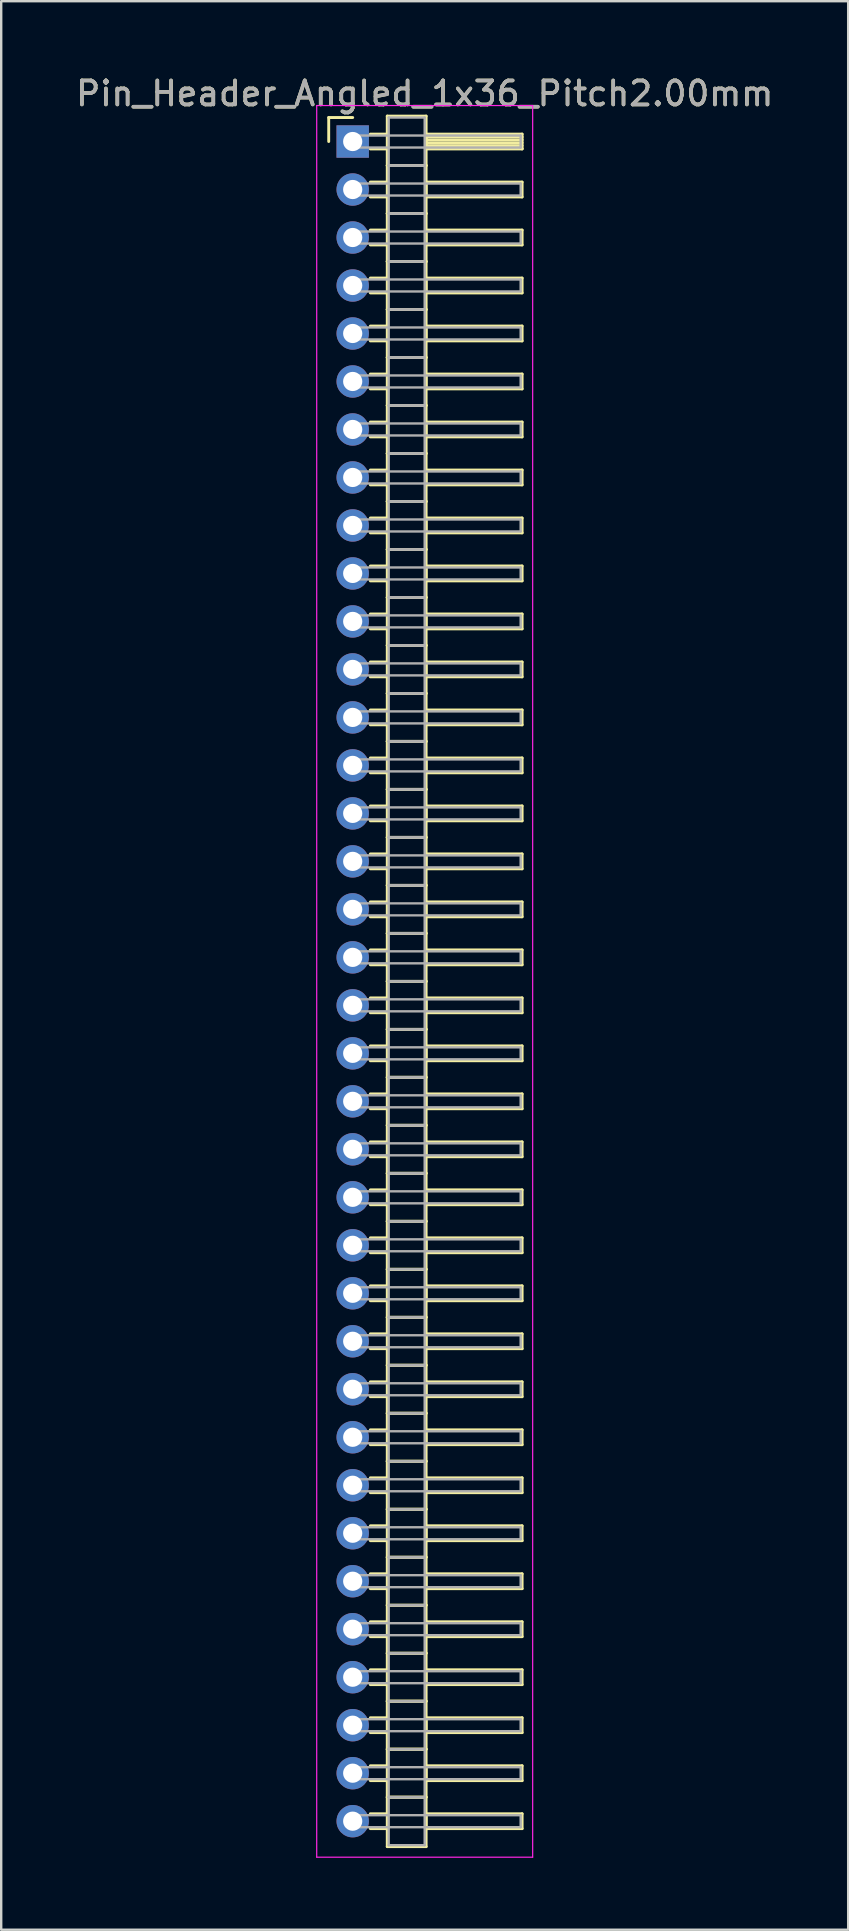
<source format=kicad_pcb>
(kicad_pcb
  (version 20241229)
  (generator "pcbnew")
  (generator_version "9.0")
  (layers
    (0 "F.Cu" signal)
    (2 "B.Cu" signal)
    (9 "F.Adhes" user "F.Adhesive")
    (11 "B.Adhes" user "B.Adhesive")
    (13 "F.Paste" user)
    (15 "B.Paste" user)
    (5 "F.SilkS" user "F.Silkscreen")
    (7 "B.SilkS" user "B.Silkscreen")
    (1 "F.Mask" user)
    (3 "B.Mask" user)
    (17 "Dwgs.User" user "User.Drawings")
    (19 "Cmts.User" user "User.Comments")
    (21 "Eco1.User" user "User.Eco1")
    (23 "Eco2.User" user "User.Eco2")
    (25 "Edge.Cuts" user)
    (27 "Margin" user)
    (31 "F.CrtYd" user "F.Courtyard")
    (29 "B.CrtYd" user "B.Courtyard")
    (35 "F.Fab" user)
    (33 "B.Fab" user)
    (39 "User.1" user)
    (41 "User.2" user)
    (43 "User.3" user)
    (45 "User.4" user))
  (footprint "Pin_Header_Angled_1x36_Pitch2.00mm"
    (layer "F.Cu")
    (at 11.649 2.848)
    (property "Reference" "Pin_Header_Angled_1x36_Pitch2.00mm" (at 3 -2 0) (layer "F.SilkS") (effects (font (size 1 1) (thickness 0.15))))
    (attr through_hole)
    (fp_line (start -1 -1) (end 0 -1) (stroke (width 0.12) (type solid)) (layer "F.SilkS"))
    (fp_line (start -1 0) (end -1 -1) (stroke (width 0.12) (type solid)) (layer "F.SilkS"))
    (fp_line (start 0.735 -0.31) (end 1.44 -0.31) (stroke (width 0.12) (type solid)) (layer "F.SilkS"))
    (fp_line (start 0.735 0.31) (end 1.44 0.31) (stroke (width 0.12) (type solid)) (layer "F.SilkS"))
    (fp_line (start 0.735 1.69) (end 1.44 1.69) (stroke (width 0.12) (type solid)) (layer "F.SilkS"))
    (fp_line (start 0.735 2.31) (end 1.44 2.31) (stroke (width 0.12) (type solid)) (layer "F.SilkS"))
    (fp_line (start 0.735 3.69) (end 1.44 3.69) (stroke (width 0.12) (type solid)) (layer "F.SilkS"))
    (fp_line (start 0.735 4.31) (end 1.44 4.31) (stroke (width 0.12) (type solid)) (layer "F.SilkS"))
    (fp_line (start 0.735 5.69) (end 1.44 5.69) (stroke (width 0.12) (type solid)) (layer "F.SilkS"))
    (fp_line (start 0.735 6.31) (end 1.44 6.31) (stroke (width 0.12) (type solid)) (layer "F.SilkS"))
    (fp_line (start 0.735 7.69) (end 1.44 7.69) (stroke (width 0.12) (type solid)) (layer "F.SilkS"))
    (fp_line (start 0.735 8.31) (end 1.44 8.31) (stroke (width 0.12) (type solid)) (layer "F.SilkS"))
    (fp_line (start 0.735 9.69) (end 1.44 9.69) (stroke (width 0.12) (type solid)) (layer "F.SilkS"))
    (fp_line (start 0.735 10.31) (end 1.44 10.31) (stroke (width 0.12) (type solid)) (layer "F.SilkS"))
    (fp_line (start 0.735 11.69) (end 1.44 11.69) (stroke (width 0.12) (type solid)) (layer "F.SilkS"))
    (fp_line (start 0.735 12.31) (end 1.44 12.31) (stroke (width 0.12) (type solid)) (layer "F.SilkS"))
    (fp_line (start 0.735 13.69) (end 1.44 13.69) (stroke (width 0.12) (type solid)) (layer "F.SilkS"))
    (fp_line (start 0.735 14.31) (end 1.44 14.31) (stroke (width 0.12) (type solid)) (layer "F.SilkS"))
    (fp_line (start 0.735 15.69) (end 1.44 15.69) (stroke (width 0.12) (type solid)) (layer "F.SilkS"))
    (fp_line (start 0.735 16.31) (end 1.44 16.31) (stroke (width 0.12) (type solid)) (layer "F.SilkS"))
    (fp_line (start 0.735 17.69) (end 1.44 17.69) (stroke (width 0.12) (type solid)) (layer "F.SilkS"))
    (fp_line (start 0.735 18.31) (end 1.44 18.31) (stroke (width 0.12) (type solid)) (layer "F.SilkS"))
    (fp_line (start 0.735 19.69) (end 1.44 19.69) (stroke (width 0.12) (type solid)) (layer "F.SilkS"))
    (fp_line (start 0.735 20.31) (end 1.44 20.31) (stroke (width 0.12) (type solid)) (layer "F.SilkS"))
    (fp_line (start 0.735 21.69) (end 1.44 21.69) (stroke (width 0.12) (type solid)) (layer "F.SilkS"))
    (fp_line (start 0.735 22.31) (end 1.44 22.31) (stroke (width 0.12) (type solid)) (layer "F.SilkS"))
    (fp_line (start 0.735 23.69) (end 1.44 23.69) (stroke (width 0.12) (type solid)) (layer "F.SilkS"))
    (fp_line (start 0.735 24.31) (end 1.44 24.31) (stroke (width 0.12) (type solid)) (layer "F.SilkS"))
    (fp_line (start 0.735 25.69) (end 1.44 25.69) (stroke (width 0.12) (type solid)) (layer "F.SilkS"))
    (fp_line (start 0.735 26.31) (end 1.44 26.31) (stroke (width 0.12) (type solid)) (layer "F.SilkS"))
    (fp_line (start 0.735 27.69) (end 1.44 27.69) (stroke (width 0.12) (type solid)) (layer "F.SilkS"))
    (fp_line (start 0.735 28.31) (end 1.44 28.31) (stroke (width 0.12) (type solid)) (layer "F.SilkS"))
    (fp_line (start 0.735 29.69) (end 1.44 29.69) (stroke (width 0.12) (type solid)) (layer "F.SilkS"))
    (fp_line (start 0.735 30.31) (end 1.44 30.31) (stroke (width 0.12) (type solid)) (layer "F.SilkS"))
    (fp_line (start 0.735 31.69) (end 1.44 31.69) (stroke (width 0.12) (type solid)) (layer "F.SilkS"))
    (fp_line (start 0.735 32.31) (end 1.44 32.31) (stroke (width 0.12) (type solid)) (layer "F.SilkS"))
    (fp_line (start 0.735 33.69) (end 1.44 33.69) (stroke (width 0.12) (type solid)) (layer "F.SilkS"))
    (fp_line (start 0.735 34.31) (end 1.44 34.31) (stroke (width 0.12) (type solid)) (layer "F.SilkS"))
    (fp_line (start 0.735 35.69) (end 1.44 35.69) (stroke (width 0.12) (type solid)) (layer "F.SilkS"))
    (fp_line (start 0.735 36.31) (end 1.44 36.31) (stroke (width 0.12) (type solid)) (layer "F.SilkS"))
    (fp_line (start 0.735 37.69) (end 1.44 37.69) (stroke (width 0.12) (type solid)) (layer "F.SilkS"))
    (fp_line (start 0.735 38.31) (end 1.44 38.31) (stroke (width 0.12) (type solid)) (layer "F.SilkS"))
    (fp_line (start 0.735 39.69) (end 1.44 39.69) (stroke (width 0.12) (type solid)) (layer "F.SilkS"))
    (fp_line (start 0.735 40.31) (end 1.44 40.31) (stroke (width 0.12) (type solid)) (layer "F.SilkS"))
    (fp_line (start 0.735 41.69) (end 1.44 41.69) (stroke (width 0.12) (type solid)) (layer "F.SilkS"))
    (fp_line (start 0.735 42.31) (end 1.44 42.31) (stroke (width 0.12) (type solid)) (layer "F.SilkS"))
    (fp_line (start 0.735 43.69) (end 1.44 43.69) (stroke (width 0.12) (type solid)) (layer "F.SilkS"))
    (fp_line (start 0.735 44.31) (end 1.44 44.31) (stroke (width 0.12) (type solid)) (layer "F.SilkS"))
    (fp_line (start 0.735 45.69) (end 1.44 45.69) (stroke (width 0.12) (type solid)) (layer "F.SilkS"))
    (fp_line (start 0.735 46.31) (end 1.44 46.31) (stroke (width 0.12) (type solid)) (layer "F.SilkS"))
    (fp_line (start 0.735 47.69) (end 1.44 47.69) (stroke (width 0.12) (type solid)) (layer "F.SilkS"))
    (fp_line (start 0.735 48.31) (end 1.44 48.31) (stroke (width 0.12) (type solid)) (layer "F.SilkS"))
    (fp_line (start 0.735 49.69) (end 1.44 49.69) (stroke (width 0.12) (type solid)) (layer "F.SilkS"))
    (fp_line (start 0.735 50.31) (end 1.44 50.31) (stroke (width 0.12) (type solid)) (layer "F.SilkS"))
    (fp_line (start 0.735 51.69) (end 1.44 51.69) (stroke (width 0.12) (type solid)) (layer "F.SilkS"))
    (fp_line (start 0.735 52.31) (end 1.44 52.31) (stroke (width 0.12) (type solid)) (layer "F.SilkS"))
    (fp_line (start 0.735 53.69) (end 1.44 53.69) (stroke (width 0.12) (type solid)) (layer "F.SilkS"))
    (fp_line (start 0.735 54.31) (end 1.44 54.31) (stroke (width 0.12) (type solid)) (layer "F.SilkS"))
    (fp_line (start 0.735 55.69) (end 1.44 55.69) (stroke (width 0.12) (type solid)) (layer "F.SilkS"))
    (fp_line (start 0.735 56.31) (end 1.44 56.31) (stroke (width 0.12) (type solid)) (layer "F.SilkS"))
    (fp_line (start 0.735 57.69) (end 1.44 57.69) (stroke (width 0.12) (type solid)) (layer "F.SilkS"))
    (fp_line (start 0.735 58.31) (end 1.44 58.31) (stroke (width 0.12) (type solid)) (layer "F.SilkS"))
    (fp_line (start 0.735 59.69) (end 1.44 59.69) (stroke (width 0.12) (type solid)) (layer "F.SilkS"))
    (fp_line (start 0.735 60.31) (end 1.44 60.31) (stroke (width 0.12) (type solid)) (layer "F.SilkS"))
    (fp_line (start 0.735 61.69) (end 1.44 61.69) (stroke (width 0.12) (type solid)) (layer "F.SilkS"))
    (fp_line (start 0.735 62.31) (end 1.44 62.31) (stroke (width 0.12) (type solid)) (layer "F.SilkS"))
    (fp_line (start 0.735 63.69) (end 1.44 63.69) (stroke (width 0.12) (type solid)) (layer "F.SilkS"))
    (fp_line (start 0.735 64.31) (end 1.44 64.31) (stroke (width 0.12) (type solid)) (layer "F.SilkS"))
    (fp_line (start 0.735 65.69) (end 1.44 65.69) (stroke (width 0.12) (type solid)) (layer "F.SilkS"))
    (fp_line (start 0.735 66.31) (end 1.44 66.31) (stroke (width 0.12) (type solid)) (layer "F.SilkS"))
    (fp_line (start 0.735 67.69) (end 1.44 67.69) (stroke (width 0.12) (type solid)) (layer "F.SilkS"))
    (fp_line (start 0.735 68.31) (end 1.44 68.31) (stroke (width 0.12) (type solid)) (layer "F.SilkS"))
    (fp_line (start 0.735 69.69) (end 1.44 69.69) (stroke (width 0.12) (type solid)) (layer "F.SilkS"))
    (fp_line (start 0.735 70.31) (end 1.44 70.31) (stroke (width 0.12) (type solid)) (layer "F.SilkS"))
    (fp_line (start 1.44 -1.06) (end 1.44 1) (stroke (width 0.12) (type solid)) (layer "F.SilkS"))
    (fp_line (start 1.44 1) (end 1.44 3) (stroke (width 0.12) (type solid)) (layer "F.SilkS"))
    (fp_line (start 1.44 1) (end 3.06 1) (stroke (width 0.12) (type solid)) (layer "F.SilkS"))
    (fp_line (start 1.44 3) (end 1.44 5) (stroke (width 0.12) (type solid)) (layer "F.SilkS"))
    (fp_line (start 1.44 3) (end 3.06 3) (stroke (width 0.12) (type solid)) (layer "F.SilkS"))
    (fp_line (start 1.44 5) (end 1.44 7) (stroke (width 0.12) (type solid)) (layer "F.SilkS"))
    (fp_line (start 1.44 5) (end 3.06 5) (stroke (width 0.12) (type solid)) (layer "F.SilkS"))
    (fp_line (start 1.44 7) (end 1.44 9) (stroke (width 0.12) (type solid)) (layer "F.SilkS"))
    (fp_line (start 1.44 7) (end 3.06 7) (stroke (width 0.12) (type solid)) (layer "F.SilkS"))
    (fp_line (start 1.44 9) (end 1.44 11) (stroke (width 0.12) (type solid)) (layer "F.SilkS"))
    (fp_line (start 1.44 9) (end 3.06 9) (stroke (width 0.12) (type solid)) (layer "F.SilkS"))
    (fp_line (start 1.44 11) (end 1.44 13) (stroke (width 0.12) (type solid)) (layer "F.SilkS"))
    (fp_line (start 1.44 11) (end 3.06 11) (stroke (width 0.12) (type solid)) (layer "F.SilkS"))
    (fp_line (start 1.44 13) (end 1.44 15) (stroke (width 0.12) (type solid)) (layer "F.SilkS"))
    (fp_line (start 1.44 13) (end 3.06 13) (stroke (width 0.12) (type solid)) (layer "F.SilkS"))
    (fp_line (start 1.44 15) (end 1.44 17) (stroke (width 0.12) (type solid)) (layer "F.SilkS"))
    (fp_line (start 1.44 15) (end 3.06 15) (stroke (width 0.12) (type solid)) (layer "F.SilkS"))
    (fp_line (start 1.44 17) (end 1.44 19) (stroke (width 0.12) (type solid)) (layer "F.SilkS"))
    (fp_line (start 1.44 17) (end 3.06 17) (stroke (width 0.12) (type solid)) (layer "F.SilkS"))
    (fp_line (start 1.44 19) (end 1.44 21) (stroke (width 0.12) (type solid)) (layer "F.SilkS"))
    (fp_line (start 1.44 19) (end 3.06 19) (stroke (width 0.12) (type solid)) (layer "F.SilkS"))
    (fp_line (start 1.44 21) (end 1.44 23) (stroke (width 0.12) (type solid)) (layer "F.SilkS"))
    (fp_line (start 1.44 21) (end 3.06 21) (stroke (width 0.12) (type solid)) (layer "F.SilkS"))
    (fp_line (start 1.44 23) (end 1.44 25) (stroke (width 0.12) (type solid)) (layer "F.SilkS"))
    (fp_line (start 1.44 23) (end 3.06 23) (stroke (width 0.12) (type solid)) (layer "F.SilkS"))
    (fp_line (start 1.44 25) (end 1.44 27) (stroke (width 0.12) (type solid)) (layer "F.SilkS"))
    (fp_line (start 1.44 25) (end 3.06 25) (stroke (width 0.12) (type solid)) (layer "F.SilkS"))
    (fp_line (start 1.44 27) (end 1.44 29) (stroke (width 0.12) (type solid)) (layer "F.SilkS"))
    (fp_line (start 1.44 27) (end 3.06 27) (stroke (width 0.12) (type solid)) (layer "F.SilkS"))
    (fp_line (start 1.44 29) (end 1.44 31) (stroke (width 0.12) (type solid)) (layer "F.SilkS"))
    (fp_line (start 1.44 29) (end 3.06 29) (stroke (width 0.12) (type solid)) (layer "F.SilkS"))
    (fp_line (start 1.44 31) (end 1.44 33) (stroke (width 0.12) (type solid)) (layer "F.SilkS"))
    (fp_line (start 1.44 31) (end 3.06 31) (stroke (width 0.12) (type solid)) (layer "F.SilkS"))
    (fp_line (start 1.44 33) (end 1.44 35) (stroke (width 0.12) (type solid)) (layer "F.SilkS"))
    (fp_line (start 1.44 33) (end 3.06 33) (stroke (width 0.12) (type solid)) (layer "F.SilkS"))
    (fp_line (start 1.44 35) (end 1.44 37) (stroke (width 0.12) (type solid)) (layer "F.SilkS"))
    (fp_line (start 1.44 35) (end 3.06 35) (stroke (width 0.12) (type solid)) (layer "F.SilkS"))
    (fp_line (start 1.44 37) (end 1.44 39) (stroke (width 0.12) (type solid)) (layer "F.SilkS"))
    (fp_line (start 1.44 37) (end 3.06 37) (stroke (width 0.12) (type solid)) (layer "F.SilkS"))
    (fp_line (start 1.44 39) (end 1.44 41) (stroke (width 0.12) (type solid)) (layer "F.SilkS"))
    (fp_line (start 1.44 39) (end 3.06 39) (stroke (width 0.12) (type solid)) (layer "F.SilkS"))
    (fp_line (start 1.44 41) (end 1.44 43) (stroke (width 0.12) (type solid)) (layer "F.SilkS"))
    (fp_line (start 1.44 41) (end 3.06 41) (stroke (width 0.12) (type solid)) (layer "F.SilkS"))
    (fp_line (start 1.44 43) (end 1.44 45) (stroke (width 0.12) (type solid)) (layer "F.SilkS"))
    (fp_line (start 1.44 43) (end 3.06 43) (stroke (width 0.12) (type solid)) (layer "F.SilkS"))
    (fp_line (start 1.44 45) (end 1.44 47) (stroke (width 0.12) (type solid)) (layer "F.SilkS"))
    (fp_line (start 1.44 45) (end 3.06 45) (stroke (width 0.12) (type solid)) (layer "F.SilkS"))
    (fp_line (start 1.44 47) (end 1.44 49) (stroke (width 0.12) (type solid)) (layer "F.SilkS"))
    (fp_line (start 1.44 47) (end 3.06 47) (stroke (width 0.12) (type solid)) (layer "F.SilkS"))
    (fp_line (start 1.44 49) (end 1.44 51) (stroke (width 0.12) (type solid)) (layer "F.SilkS"))
    (fp_line (start 1.44 49) (end 3.06 49) (stroke (width 0.12) (type solid)) (layer "F.SilkS"))
    (fp_line (start 1.44 51) (end 1.44 53) (stroke (width 0.12) (type solid)) (layer "F.SilkS"))
    (fp_line (start 1.44 51) (end 3.06 51) (stroke (width 0.12) (type solid)) (layer "F.SilkS"))
    (fp_line (start 1.44 53) (end 1.44 55) (stroke (width 0.12) (type solid)) (layer "F.SilkS"))
    (fp_line (start 1.44 53) (end 3.06 53) (stroke (width 0.12) (type solid)) (layer "F.SilkS"))
    (fp_line (start 1.44 55) (end 1.44 57) (stroke (width 0.12) (type solid)) (layer "F.SilkS"))
    (fp_line (start 1.44 55) (end 3.06 55) (stroke (width 0.12) (type solid)) (layer "F.SilkS"))
    (fp_line (start 1.44 57) (end 1.44 59) (stroke (width 0.12) (type solid)) (layer "F.SilkS"))
    (fp_line (start 1.44 57) (end 3.06 57) (stroke (width 0.12) (type solid)) (layer "F.SilkS"))
    (fp_line (start 1.44 59) (end 1.44 61) (stroke (width 0.12) (type solid)) (layer "F.SilkS"))
    (fp_line (start 1.44 59) (end 3.06 59) (stroke (width 0.12) (type solid)) (layer "F.SilkS"))
    (fp_line (start 1.44 61) (end 1.44 63) (stroke (width 0.12) (type solid)) (layer "F.SilkS"))
    (fp_line (start 1.44 61) (end 3.06 61) (stroke (width 0.12) (type solid)) (layer "F.SilkS"))
    (fp_line (start 1.44 63) (end 1.44 65) (stroke (width 0.12) (type solid)) (layer "F.SilkS"))
    (fp_line (start 1.44 63) (end 3.06 63) (stroke (width 0.12) (type solid)) (layer "F.SilkS"))
    (fp_line (start 1.44 65) (end 1.44 67) (stroke (width 0.12) (type solid)) (layer "F.SilkS"))
    (fp_line (start 1.44 65) (end 3.06 65) (stroke (width 0.12) (type solid)) (layer "F.SilkS"))
    (fp_line (start 1.44 67) (end 1.44 69) (stroke (width 0.12) (type solid)) (layer "F.SilkS"))
    (fp_line (start 1.44 67) (end 3.06 67) (stroke (width 0.12) (type solid)) (layer "F.SilkS"))
    (fp_line (start 1.44 69) (end 1.44 71.06) (stroke (width 0.12) (type solid)) (layer "F.SilkS"))
    (fp_line (start 1.44 69) (end 3.06 69) (stroke (width 0.12) (type solid)) (layer "F.SilkS"))
    (fp_line (start 1.44 71.06) (end 3.06 71.06) (stroke (width 0.12) (type solid)) (layer "F.SilkS"))
    (fp_line (start 3.06 -1.06) (end 1.44 -1.06) (stroke (width 0.12) (type solid)) (layer "F.SilkS"))
    (fp_line (start 3.06 -0.31) (end 3.06 0.31) (stroke (width 0.12) (type solid)) (layer "F.SilkS"))
    (fp_line (start 3.06 -0.19) (end 7.06 -0.19) (stroke (width 0.12) (type solid)) (layer "F.SilkS"))
    (fp_line (start 3.06 -0.07) (end 7.06 -0.07) (stroke (width 0.12) (type solid)) (layer "F.SilkS"))
    (fp_line (start 3.06 0.05) (end 7.06 0.05) (stroke (width 0.12) (type solid)) (layer "F.SilkS"))
    (fp_line (start 3.06 0.17) (end 7.06 0.17) (stroke (width 0.12) (type solid)) (layer "F.SilkS"))
    (fp_line (start 3.06 0.29) (end 7.06 0.29) (stroke (width 0.12) (type solid)) (layer "F.SilkS"))
    (fp_line (start 3.06 0.31) (end 7.06 0.31) (stroke (width 0.12) (type solid)) (layer "F.SilkS"))
    (fp_line (start 3.06 1) (end 1.44 1) (stroke (width 0.12) (type solid)) (layer "F.SilkS"))
    (fp_line (start 3.06 1) (end 3.06 -1.06) (stroke (width 0.12) (type solid)) (layer "F.SilkS"))
    (fp_line (start 3.06 1.69) (end 3.06 2.31) (stroke (width 0.12) (type solid)) (layer "F.SilkS"))
    (fp_line (start 3.06 2.31) (end 7.06 2.31) (stroke (width 0.12) (type solid)) (layer "F.SilkS"))
    (fp_line (start 3.06 3) (end 1.44 3) (stroke (width 0.12) (type solid)) (layer "F.SilkS"))
    (fp_line (start 3.06 3) (end 3.06 1) (stroke (width 0.12) (type solid)) (layer "F.SilkS"))
    (fp_line (start 3.06 3.69) (end 3.06 4.31) (stroke (width 0.12) (type solid)) (layer "F.SilkS"))
    (fp_line (start 3.06 4.31) (end 7.06 4.31) (stroke (width 0.12) (type solid)) (layer "F.SilkS"))
    (fp_line (start 3.06 5) (end 1.44 5) (stroke (width 0.12) (type solid)) (layer "F.SilkS"))
    (fp_line (start 3.06 5) (end 3.06 3) (stroke (width 0.12) (type solid)) (layer "F.SilkS"))
    (fp_line (start 3.06 5.69) (end 3.06 6.31) (stroke (width 0.12) (type solid)) (layer "F.SilkS"))
    (fp_line (start 3.06 6.31) (end 7.06 6.31) (stroke (width 0.12) (type solid)) (layer "F.SilkS"))
    (fp_line (start 3.06 7) (end 1.44 7) (stroke (width 0.12) (type solid)) (layer "F.SilkS"))
    (fp_line (start 3.06 7) (end 3.06 5) (stroke (width 0.12) (type solid)) (layer "F.SilkS"))
    (fp_line (start 3.06 7.69) (end 3.06 8.31) (stroke (width 0.12) (type solid)) (layer "F.SilkS"))
    (fp_line (start 3.06 8.31) (end 7.06 8.31) (stroke (width 0.12) (type solid)) (layer "F.SilkS"))
    (fp_line (start 3.06 9) (end 1.44 9) (stroke (width 0.12) (type solid)) (layer "F.SilkS"))
    (fp_line (start 3.06 9) (end 3.06 7) (stroke (width 0.12) (type solid)) (layer "F.SilkS"))
    (fp_line (start 3.06 9.69) (end 3.06 10.31) (stroke (width 0.12) (type solid)) (layer "F.SilkS"))
    (fp_line (start 3.06 10.31) (end 7.06 10.31) (stroke (width 0.12) (type solid)) (layer "F.SilkS"))
    (fp_line (start 3.06 11) (end 1.44 11) (stroke (width 0.12) (type solid)) (layer "F.SilkS"))
    (fp_line (start 3.06 11) (end 3.06 9) (stroke (width 0.12) (type solid)) (layer "F.SilkS"))
    (fp_line (start 3.06 11.69) (end 3.06 12.31) (stroke (width 0.12) (type solid)) (layer "F.SilkS"))
    (fp_line (start 3.06 12.31) (end 7.06 12.31) (stroke (width 0.12) (type solid)) (layer "F.SilkS"))
    (fp_line (start 3.06 13) (end 1.44 13) (stroke (width 0.12) (type solid)) (layer "F.SilkS"))
    (fp_line (start 3.06 13) (end 3.06 11) (stroke (width 0.12) (type solid)) (layer "F.SilkS"))
    (fp_line (start 3.06 13.69) (end 3.06 14.31) (stroke (width 0.12) (type solid)) (layer "F.SilkS"))
    (fp_line (start 3.06 14.31) (end 7.06 14.31) (stroke (width 0.12) (type solid)) (layer "F.SilkS"))
    (fp_line (start 3.06 15) (end 1.44 15) (stroke (width 0.12) (type solid)) (layer "F.SilkS"))
    (fp_line (start 3.06 15) (end 3.06 13) (stroke (width 0.12) (type solid)) (layer "F.SilkS"))
    (fp_line (start 3.06 15.69) (end 3.06 16.31) (stroke (width 0.12) (type solid)) (layer "F.SilkS"))
    (fp_line (start 3.06 16.31) (end 7.06 16.31) (stroke (width 0.12) (type solid)) (layer "F.SilkS"))
    (fp_line (start 3.06 17) (end 1.44 17) (stroke (width 0.12) (type solid)) (layer "F.SilkS"))
    (fp_line (start 3.06 17) (end 3.06 15) (stroke (width 0.12) (type solid)) (layer "F.SilkS"))
    (fp_line (start 3.06 17.69) (end 3.06 18.31) (stroke (width 0.12) (type solid)) (layer "F.SilkS"))
    (fp_line (start 3.06 18.31) (end 7.06 18.31) (stroke (width 0.12) (type solid)) (layer "F.SilkS"))
    (fp_line (start 3.06 19) (end 1.44 19) (stroke (width 0.12) (type solid)) (layer "F.SilkS"))
    (fp_line (start 3.06 19) (end 3.06 17) (stroke (width 0.12) (type solid)) (layer "F.SilkS"))
    (fp_line (start 3.06 19.69) (end 3.06 20.31) (stroke (width 0.12) (type solid)) (layer "F.SilkS"))
    (fp_line (start 3.06 20.31) (end 7.06 20.31) (stroke (width 0.12) (type solid)) (layer "F.SilkS"))
    (fp_line (start 3.06 21) (end 1.44 21) (stroke (width 0.12) (type solid)) (layer "F.SilkS"))
    (fp_line (start 3.06 21) (end 3.06 19) (stroke (width 0.12) (type solid)) (layer "F.SilkS"))
    (fp_line (start 3.06 21.69) (end 3.06 22.31) (stroke (width 0.12) (type solid)) (layer "F.SilkS"))
    (fp_line (start 3.06 22.31) (end 7.06 22.31) (stroke (width 0.12) (type solid)) (layer "F.SilkS"))
    (fp_line (start 3.06 23) (end 1.44 23) (stroke (width 0.12) (type solid)) (layer "F.SilkS"))
    (fp_line (start 3.06 23) (end 3.06 21) (stroke (width 0.12) (type solid)) (layer "F.SilkS"))
    (fp_line (start 3.06 23.69) (end 3.06 24.31) (stroke (width 0.12) (type solid)) (layer "F.SilkS"))
    (fp_line (start 3.06 24.31) (end 7.06 24.31) (stroke (width 0.12) (type solid)) (layer "F.SilkS"))
    (fp_line (start 3.06 25) (end 1.44 25) (stroke (width 0.12) (type solid)) (layer "F.SilkS"))
    (fp_line (start 3.06 25) (end 3.06 23) (stroke (width 0.12) (type solid)) (layer "F.SilkS"))
    (fp_line (start 3.06 25.69) (end 3.06 26.31) (stroke (width 0.12) (type solid)) (layer "F.SilkS"))
    (fp_line (start 3.06 26.31) (end 7.06 26.31) (stroke (width 0.12) (type solid)) (layer "F.SilkS"))
    (fp_line (start 3.06 27) (end 1.44 27) (stroke (width 0.12) (type solid)) (layer "F.SilkS"))
    (fp_line (start 3.06 27) (end 3.06 25) (stroke (width 0.12) (type solid)) (layer "F.SilkS"))
    (fp_line (start 3.06 27.69) (end 3.06 28.31) (stroke (width 0.12) (type solid)) (layer "F.SilkS"))
    (fp_line (start 3.06 28.31) (end 7.06 28.31) (stroke (width 0.12) (type solid)) (layer "F.SilkS"))
    (fp_line (start 3.06 29) (end 1.44 29) (stroke (width 0.12) (type solid)) (layer "F.SilkS"))
    (fp_line (start 3.06 29) (end 3.06 27) (stroke (width 0.12) (type solid)) (layer "F.SilkS"))
    (fp_line (start 3.06 29.69) (end 3.06 30.31) (stroke (width 0.12) (type solid)) (layer "F.SilkS"))
    (fp_line (start 3.06 30.31) (end 7.06 30.31) (stroke (width 0.12) (type solid)) (layer "F.SilkS"))
    (fp_line (start 3.06 31) (end 1.44 31) (stroke (width 0.12) (type solid)) (layer "F.SilkS"))
    (fp_line (start 3.06 31) (end 3.06 29) (stroke (width 0.12) (type solid)) (layer "F.SilkS"))
    (fp_line (start 3.06 31.69) (end 3.06 32.31) (stroke (width 0.12) (type solid)) (layer "F.SilkS"))
    (fp_line (start 3.06 32.31) (end 7.06 32.31) (stroke (width 0.12) (type solid)) (layer "F.SilkS"))
    (fp_line (start 3.06 33) (end 1.44 33) (stroke (width 0.12) (type solid)) (layer "F.SilkS"))
    (fp_line (start 3.06 33) (end 3.06 31) (stroke (width 0.12) (type solid)) (layer "F.SilkS"))
    (fp_line (start 3.06 33.69) (end 3.06 34.31) (stroke (width 0.12) (type solid)) (layer "F.SilkS"))
    (fp_line (start 3.06 34.31) (end 7.06 34.31) (stroke (width 0.12) (type solid)) (layer "F.SilkS"))
    (fp_line (start 3.06 35) (end 1.44 35) (stroke (width 0.12) (type solid)) (layer "F.SilkS"))
    (fp_line (start 3.06 35) (end 3.06 33) (stroke (width 0.12) (type solid)) (layer "F.SilkS"))
    (fp_line (start 3.06 35.69) (end 3.06 36.31) (stroke (width 0.12) (type solid)) (layer "F.SilkS"))
    (fp_line (start 3.06 36.31) (end 7.06 36.31) (stroke (width 0.12) (type solid)) (layer "F.SilkS"))
    (fp_line (start 3.06 37) (end 1.44 37) (stroke (width 0.12) (type solid)) (layer "F.SilkS"))
    (fp_line (start 3.06 37) (end 3.06 35) (stroke (width 0.12) (type solid)) (layer "F.SilkS"))
    (fp_line (start 3.06 37.69) (end 3.06 38.31) (stroke (width 0.12) (type solid)) (layer "F.SilkS"))
    (fp_line (start 3.06 38.31) (end 7.06 38.31) (stroke (width 0.12) (type solid)) (layer "F.SilkS"))
    (fp_line (start 3.06 39) (end 1.44 39) (stroke (width 0.12) (type solid)) (layer "F.SilkS"))
    (fp_line (start 3.06 39) (end 3.06 37) (stroke (width 0.12) (type solid)) (layer "F.SilkS"))
    (fp_line (start 3.06 39.69) (end 3.06 40.31) (stroke (width 0.12) (type solid)) (layer "F.SilkS"))
    (fp_line (start 3.06 40.31) (end 7.06 40.31) (stroke (width 0.12) (type solid)) (layer "F.SilkS"))
    (fp_line (start 3.06 41) (end 1.44 41) (stroke (width 0.12) (type solid)) (layer "F.SilkS"))
    (fp_line (start 3.06 41) (end 3.06 39) (stroke (width 0.12) (type solid)) (layer "F.SilkS"))
    (fp_line (start 3.06 41.69) (end 3.06 42.31) (stroke (width 0.12) (type solid)) (layer "F.SilkS"))
    (fp_line (start 3.06 42.31) (end 7.06 42.31) (stroke (width 0.12) (type solid)) (layer "F.SilkS"))
    (fp_line (start 3.06 43) (end 1.44 43) (stroke (width 0.12) (type solid)) (layer "F.SilkS"))
    (fp_line (start 3.06 43) (end 3.06 41) (stroke (width 0.12) (type solid)) (layer "F.SilkS"))
    (fp_line (start 3.06 43.69) (end 3.06 44.31) (stroke (width 0.12) (type solid)) (layer "F.SilkS"))
    (fp_line (start 3.06 44.31) (end 7.06 44.31) (stroke (width 0.12) (type solid)) (layer "F.SilkS"))
    (fp_line (start 3.06 45) (end 1.44 45) (stroke (width 0.12) (type solid)) (layer "F.SilkS"))
    (fp_line (start 3.06 45) (end 3.06 43) (stroke (width 0.12) (type solid)) (layer "F.SilkS"))
    (fp_line (start 3.06 45.69) (end 3.06 46.31) (stroke (width 0.12) (type solid)) (layer "F.SilkS"))
    (fp_line (start 3.06 46.31) (end 7.06 46.31) (stroke (width 0.12) (type solid)) (layer "F.SilkS"))
    (fp_line (start 3.06 47) (end 1.44 47) (stroke (width 0.12) (type solid)) (layer "F.SilkS"))
    (fp_line (start 3.06 47) (end 3.06 45) (stroke (width 0.12) (type solid)) (layer "F.SilkS"))
    (fp_line (start 3.06 47.69) (end 3.06 48.31) (stroke (width 0.12) (type solid)) (layer "F.SilkS"))
    (fp_line (start 3.06 48.31) (end 7.06 48.31) (stroke (width 0.12) (type solid)) (layer "F.SilkS"))
    (fp_line (start 3.06 49) (end 1.44 49) (stroke (width 0.12) (type solid)) (layer "F.SilkS"))
    (fp_line (start 3.06 49) (end 3.06 47) (stroke (width 0.12) (type solid)) (layer "F.SilkS"))
    (fp_line (start 3.06 49.69) (end 3.06 50.31) (stroke (width 0.12) (type solid)) (layer "F.SilkS"))
    (fp_line (start 3.06 50.31) (end 7.06 50.31) (stroke (width 0.12) (type solid)) (layer "F.SilkS"))
    (fp_line (start 3.06 51) (end 1.44 51) (stroke (width 0.12) (type solid)) (layer "F.SilkS"))
    (fp_line (start 3.06 51) (end 3.06 49) (stroke (width 0.12) (type solid)) (layer "F.SilkS"))
    (fp_line (start 3.06 51.69) (end 3.06 52.31) (stroke (width 0.12) (type solid)) (layer "F.SilkS"))
    (fp_line (start 3.06 52.31) (end 7.06 52.31) (stroke (width 0.12) (type solid)) (layer "F.SilkS"))
    (fp_line (start 3.06 53) (end 1.44 53) (stroke (width 0.12) (type solid)) (layer "F.SilkS"))
    (fp_line (start 3.06 53) (end 3.06 51) (stroke (width 0.12) (type solid)) (layer "F.SilkS"))
    (fp_line (start 3.06 53.69) (end 3.06 54.31) (stroke (width 0.12) (type solid)) (layer "F.SilkS"))
    (fp_line (start 3.06 54.31) (end 7.06 54.31) (stroke (width 0.12) (type solid)) (layer "F.SilkS"))
    (fp_line (start 3.06 55) (end 1.44 55) (stroke (width 0.12) (type solid)) (layer "F.SilkS"))
    (fp_line (start 3.06 55) (end 3.06 53) (stroke (width 0.12) (type solid)) (layer "F.SilkS"))
    (fp_line (start 3.06 55.69) (end 3.06 56.31) (stroke (width 0.12) (type solid)) (layer "F.SilkS"))
    (fp_line (start 3.06 56.31) (end 7.06 56.31) (stroke (width 0.12) (type solid)) (layer "F.SilkS"))
    (fp_line (start 3.06 57) (end 1.44 57) (stroke (width 0.12) (type solid)) (layer "F.SilkS"))
    (fp_line (start 3.06 57) (end 3.06 55) (stroke (width 0.12) (type solid)) (layer "F.SilkS"))
    (fp_line (start 3.06 57.69) (end 3.06 58.31) (stroke (width 0.12) (type solid)) (layer "F.SilkS"))
    (fp_line (start 3.06 58.31) (end 7.06 58.31) (stroke (width 0.12) (type solid)) (layer "F.SilkS"))
    (fp_line (start 3.06 59) (end 1.44 59) (stroke (width 0.12) (type solid)) (layer "F.SilkS"))
    (fp_line (start 3.06 59) (end 3.06 57) (stroke (width 0.12) (type solid)) (layer "F.SilkS"))
    (fp_line (start 3.06 59.69) (end 3.06 60.31) (stroke (width 0.12) (type solid)) (layer "F.SilkS"))
    (fp_line (start 3.06 60.31) (end 7.06 60.31) (stroke (width 0.12) (type solid)) (layer "F.SilkS"))
    (fp_line (start 3.06 61) (end 1.44 61) (stroke (width 0.12) (type solid)) (layer "F.SilkS"))
    (fp_line (start 3.06 61) (end 3.06 59) (stroke (width 0.12) (type solid)) (layer "F.SilkS"))
    (fp_line (start 3.06 61.69) (end 3.06 62.31) (stroke (width 0.12) (type solid)) (layer "F.SilkS"))
    (fp_line (start 3.06 62.31) (end 7.06 62.31) (stroke (width 0.12) (type solid)) (layer "F.SilkS"))
    (fp_line (start 3.06 63) (end 1.44 63) (stroke (width 0.12) (type solid)) (layer "F.SilkS"))
    (fp_line (start 3.06 63) (end 3.06 61) (stroke (width 0.12) (type solid)) (layer "F.SilkS"))
    (fp_line (start 3.06 63.69) (end 3.06 64.31) (stroke (width 0.12) (type solid)) (layer "F.SilkS"))
    (fp_line (start 3.06 64.31) (end 7.06 64.31) (stroke (width 0.12) (type solid)) (layer "F.SilkS"))
    (fp_line (start 3.06 65) (end 1.44 65) (stroke (width 0.12) (type solid)) (layer "F.SilkS"))
    (fp_line (start 3.06 65) (end 3.06 63) (stroke (width 0.12) (type solid)) (layer "F.SilkS"))
    (fp_line (start 3.06 65.69) (end 3.06 66.31) (stroke (width 0.12) (type solid)) (layer "F.SilkS"))
    (fp_line (start 3.06 66.31) (end 7.06 66.31) (stroke (width 0.12) (type solid)) (layer "F.SilkS"))
    (fp_line (start 3.06 67) (end 1.44 67) (stroke (width 0.12) (type solid)) (layer "F.SilkS"))
    (fp_line (start 3.06 67) (end 3.06 65) (stroke (width 0.12) (type solid)) (layer "F.SilkS"))
    (fp_line (start 3.06 67.69) (end 3.06 68.31) (stroke (width 0.12) (type solid)) (layer "F.SilkS"))
    (fp_line (start 3.06 68.31) (end 7.06 68.31) (stroke (width 0.12) (type solid)) (layer "F.SilkS"))
    (fp_line (start 3.06 69) (end 1.44 69) (stroke (width 0.12) (type solid)) (layer "F.SilkS"))
    (fp_line (start 3.06 69) (end 3.06 67) (stroke (width 0.12) (type solid)) (layer "F.SilkS"))
    (fp_line (start 3.06 69.69) (end 3.06 70.31) (stroke (width 0.12) (type solid)) (layer "F.SilkS"))
    (fp_line (start 3.06 70.31) (end 7.06 70.31) (stroke (width 0.12) (type solid)) (layer "F.SilkS"))
    (fp_line (start 3.06 71.06) (end 3.06 69) (stroke (width 0.12) (type solid)) (layer "F.SilkS"))
    (fp_line (start 7.06 -0.31) (end 3.06 -0.31) (stroke (width 0.12) (type solid)) (layer "F.SilkS"))
    (fp_line (start 7.06 0.31) (end 7.06 -0.31) (stroke (width 0.12) (type solid)) (layer "F.SilkS"))
    (fp_line (start 7.06 1.69) (end 3.06 1.69) (stroke (width 0.12) (type solid)) (layer "F.SilkS"))
    (fp_line (start 7.06 2.31) (end 7.06 1.69) (stroke (width 0.12) (type solid)) (layer "F.SilkS"))
    (fp_line (start 7.06 3.69) (end 3.06 3.69) (stroke (width 0.12) (type solid)) (layer "F.SilkS"))
    (fp_line (start 7.06 4.31) (end 7.06 3.69) (stroke (width 0.12) (type solid)) (layer "F.SilkS"))
    (fp_line (start 7.06 5.69) (end 3.06 5.69) (stroke (width 0.12) (type solid)) (layer "F.SilkS"))
    (fp_line (start 7.06 6.31) (end 7.06 5.69) (stroke (width 0.12) (type solid)) (layer "F.SilkS"))
    (fp_line (start 7.06 7.69) (end 3.06 7.69) (stroke (width 0.12) (type solid)) (layer "F.SilkS"))
    (fp_line (start 7.06 8.31) (end 7.06 7.69) (stroke (width 0.12) (type solid)) (layer "F.SilkS"))
    (fp_line (start 7.06 9.69) (end 3.06 9.69) (stroke (width 0.12) (type solid)) (layer "F.SilkS"))
    (fp_line (start 7.06 10.31) (end 7.06 9.69) (stroke (width 0.12) (type solid)) (layer "F.SilkS"))
    (fp_line (start 7.06 11.69) (end 3.06 11.69) (stroke (width 0.12) (type solid)) (layer "F.SilkS"))
    (fp_line (start 7.06 12.31) (end 7.06 11.69) (stroke (width 0.12) (type solid)) (layer "F.SilkS"))
    (fp_line (start 7.06 13.69) (end 3.06 13.69) (stroke (width 0.12) (type solid)) (layer "F.SilkS"))
    (fp_line (start 7.06 14.31) (end 7.06 13.69) (stroke (width 0.12) (type solid)) (layer "F.SilkS"))
    (fp_line (start 7.06 15.69) (end 3.06 15.69) (stroke (width 0.12) (type solid)) (layer "F.SilkS"))
    (fp_line (start 7.06 16.31) (end 7.06 15.69) (stroke (width 0.12) (type solid)) (layer "F.SilkS"))
    (fp_line (start 7.06 17.69) (end 3.06 17.69) (stroke (width 0.12) (type solid)) (layer "F.SilkS"))
    (fp_line (start 7.06 18.31) (end 7.06 17.69) (stroke (width 0.12) (type solid)) (layer "F.SilkS"))
    (fp_line (start 7.06 19.69) (end 3.06 19.69) (stroke (width 0.12) (type solid)) (layer "F.SilkS"))
    (fp_line (start 7.06 20.31) (end 7.06 19.69) (stroke (width 0.12) (type solid)) (layer "F.SilkS"))
    (fp_line (start 7.06 21.69) (end 3.06 21.69) (stroke (width 0.12) (type solid)) (layer "F.SilkS"))
    (fp_line (start 7.06 22.31) (end 7.06 21.69) (stroke (width 0.12) (type solid)) (layer "F.SilkS"))
    (fp_line (start 7.06 23.69) (end 3.06 23.69) (stroke (width 0.12) (type solid)) (layer "F.SilkS"))
    (fp_line (start 7.06 24.31) (end 7.06 23.69) (stroke (width 0.12) (type solid)) (layer "F.SilkS"))
    (fp_line (start 7.06 25.69) (end 3.06 25.69) (stroke (width 0.12) (type solid)) (layer "F.SilkS"))
    (fp_line (start 7.06 26.31) (end 7.06 25.69) (stroke (width 0.12) (type solid)) (layer "F.SilkS"))
    (fp_line (start 7.06 27.69) (end 3.06 27.69) (stroke (width 0.12) (type solid)) (layer "F.SilkS"))
    (fp_line (start 7.06 28.31) (end 7.06 27.69) (stroke (width 0.12) (type solid)) (layer "F.SilkS"))
    (fp_line (start 7.06 29.69) (end 3.06 29.69) (stroke (width 0.12) (type solid)) (layer "F.SilkS"))
    (fp_line (start 7.06 30.31) (end 7.06 29.69) (stroke (width 0.12) (type solid)) (layer "F.SilkS"))
    (fp_line (start 7.06 31.69) (end 3.06 31.69) (stroke (width 0.12) (type solid)) (layer "F.SilkS"))
    (fp_line (start 7.06 32.31) (end 7.06 31.69) (stroke (width 0.12) (type solid)) (layer "F.SilkS"))
    (fp_line (start 7.06 33.69) (end 3.06 33.69) (stroke (width 0.12) (type solid)) (layer "F.SilkS"))
    (fp_line (start 7.06 34.31) (end 7.06 33.69) (stroke (width 0.12) (type solid)) (layer "F.SilkS"))
    (fp_line (start 7.06 35.69) (end 3.06 35.69) (stroke (width 0.12) (type solid)) (layer "F.SilkS"))
    (fp_line (start 7.06 36.31) (end 7.06 35.69) (stroke (width 0.12) (type solid)) (layer "F.SilkS"))
    (fp_line (start 7.06 37.69) (end 3.06 37.69) (stroke (width 0.12) (type solid)) (layer "F.SilkS"))
    (fp_line (start 7.06 38.31) (end 7.06 37.69) (stroke (width 0.12) (type solid)) (layer "F.SilkS"))
    (fp_line (start 7.06 39.69) (end 3.06 39.69) (stroke (width 0.12) (type solid)) (layer "F.SilkS"))
    (fp_line (start 7.06 40.31) (end 7.06 39.69) (stroke (width 0.12) (type solid)) (layer "F.SilkS"))
    (fp_line (start 7.06 41.69) (end 3.06 41.69) (stroke (width 0.12) (type solid)) (layer "F.SilkS"))
    (fp_line (start 7.06 42.31) (end 7.06 41.69) (stroke (width 0.12) (type solid)) (layer "F.SilkS"))
    (fp_line (start 7.06 43.69) (end 3.06 43.69) (stroke (width 0.12) (type solid)) (layer "F.SilkS"))
    (fp_line (start 7.06 44.31) (end 7.06 43.69) (stroke (width 0.12) (type solid)) (layer "F.SilkS"))
    (fp_line (start 7.06 45.69) (end 3.06 45.69) (stroke (width 0.12) (type solid)) (layer "F.SilkS"))
    (fp_line (start 7.06 46.31) (end 7.06 45.69) (stroke (width 0.12) (type solid)) (layer "F.SilkS"))
    (fp_line (start 7.06 47.69) (end 3.06 47.69) (stroke (width 0.12) (type solid)) (layer "F.SilkS"))
    (fp_line (start 7.06 48.31) (end 7.06 47.69) (stroke (width 0.12) (type solid)) (layer "F.SilkS"))
    (fp_line (start 7.06 49.69) (end 3.06 49.69) (stroke (width 0.12) (type solid)) (layer "F.SilkS"))
    (fp_line (start 7.06 50.31) (end 7.06 49.69) (stroke (width 0.12) (type solid)) (layer "F.SilkS"))
    (fp_line (start 7.06 51.69) (end 3.06 51.69) (stroke (width 0.12) (type solid)) (layer "F.SilkS"))
    (fp_line (start 7.06 52.31) (end 7.06 51.69) (stroke (width 0.12) (type solid)) (layer "F.SilkS"))
    (fp_line (start 7.06 53.69) (end 3.06 53.69) (stroke (width 0.12) (type solid)) (layer "F.SilkS"))
    (fp_line (start 7.06 54.31) (end 7.06 53.69) (stroke (width 0.12) (type solid)) (layer "F.SilkS"))
    (fp_line (start 7.06 55.69) (end 3.06 55.69) (stroke (width 0.12) (type solid)) (layer "F.SilkS"))
    (fp_line (start 7.06 56.31) (end 7.06 55.69) (stroke (width 0.12) (type solid)) (layer "F.SilkS"))
    (fp_line (start 7.06 57.69) (end 3.06 57.69) (stroke (width 0.12) (type solid)) (layer "F.SilkS"))
    (fp_line (start 7.06 58.31) (end 7.06 57.69) (stroke (width 0.12) (type solid)) (layer "F.SilkS"))
    (fp_line (start 7.06 59.69) (end 3.06 59.69) (stroke (width 0.12) (type solid)) (layer "F.SilkS"))
    (fp_line (start 7.06 60.31) (end 7.06 59.69) (stroke (width 0.12) (type solid)) (layer "F.SilkS"))
    (fp_line (start 7.06 61.69) (end 3.06 61.69) (stroke (width 0.12) (type solid)) (layer "F.SilkS"))
    (fp_line (start 7.06 62.31) (end 7.06 61.69) (stroke (width 0.12) (type solid)) (layer "F.SilkS"))
    (fp_line (start 7.06 63.69) (end 3.06 63.69) (stroke (width 0.12) (type solid)) (layer "F.SilkS"))
    (fp_line (start 7.06 64.31) (end 7.06 63.69) (stroke (width 0.12) (type solid)) (layer "F.SilkS"))
    (fp_line (start 7.06 65.69) (end 3.06 65.69) (stroke (width 0.12) (type solid)) (layer "F.SilkS"))
    (fp_line (start 7.06 66.31) (end 7.06 65.69) (stroke (width 0.12) (type solid)) (layer "F.SilkS"))
    (fp_line (start 7.06 67.69) (end 3.06 67.69) (stroke (width 0.12) (type solid)) (layer "F.SilkS"))
    (fp_line (start 7.06 68.31) (end 7.06 67.69) (stroke (width 0.12) (type solid)) (layer "F.SilkS"))
    (fp_line (start 7.06 69.69) (end 3.06 69.69) (stroke (width 0.12) (type solid)) (layer "F.SilkS"))
    (fp_line (start 7.06 70.31) (end 7.06 69.69) (stroke (width 0.12) (type solid)) (layer "F.SilkS"))
    (fp_line (start -1.5 -1.5) (end -1.5 71.5) (stroke (width 0.05) (type solid)) (layer "F.CrtYd"))
    (fp_line (start -1.5 71.5) (end 7.5 71.5) (stroke (width 0.05) (type solid)) (layer "F.CrtYd"))
    (fp_line (start 7.5 -1.5) (end -1.5 -1.5) (stroke (width 0.05) (type solid)) (layer "F.CrtYd"))
    (fp_line (start 7.5 71.5) (end 7.5 -1.5) (stroke (width 0.05) (type solid)) (layer "F.CrtYd"))
    (fp_line (start 0 -0.25) (end 0 0.25) (stroke (width 0.1) (type solid)) (layer "F.Fab"))
    (fp_line (start 0 0.25) (end 7 0.25) (stroke (width 0.1) (type solid)) (layer "F.Fab"))
    (fp_line (start 0 1.75) (end 0 2.25) (stroke (width 0.1) (type solid)) (layer "F.Fab"))
    (fp_line (start 0 2.25) (end 7 2.25) (stroke (width 0.1) (type solid)) (layer "F.Fab"))
    (fp_line (start 0 3.75) (end 0 4.25) (stroke (width 0.1) (type solid)) (layer "F.Fab"))
    (fp_line (start 0 4.25) (end 7 4.25) (stroke (width 0.1) (type solid)) (layer "F.Fab"))
    (fp_line (start 0 5.75) (end 0 6.25) (stroke (width 0.1) (type solid)) (layer "F.Fab"))
    (fp_line (start 0 6.25) (end 7 6.25) (stroke (width 0.1) (type solid)) (layer "F.Fab"))
    (fp_line (start 0 7.75) (end 0 8.25) (stroke (width 0.1) (type solid)) (layer "F.Fab"))
    (fp_line (start 0 8.25) (end 7 8.25) (stroke (width 0.1) (type solid)) (layer "F.Fab"))
    (fp_line (start 0 9.75) (end 0 10.25) (stroke (width 0.1) (type solid)) (layer "F.Fab"))
    (fp_line (start 0 10.25) (end 7 10.25) (stroke (width 0.1) (type solid)) (layer "F.Fab"))
    (fp_line (start 0 11.75) (end 0 12.25) (stroke (width 0.1) (type solid)) (layer "F.Fab"))
    (fp_line (start 0 12.25) (end 7 12.25) (stroke (width 0.1) (type solid)) (layer "F.Fab"))
    (fp_line (start 0 13.75) (end 0 14.25) (stroke (width 0.1) (type solid)) (layer "F.Fab"))
    (fp_line (start 0 14.25) (end 7 14.25) (stroke (width 0.1) (type solid)) (layer "F.Fab"))
    (fp_line (start 0 15.75) (end 0 16.25) (stroke (width 0.1) (type solid)) (layer "F.Fab"))
    (fp_line (start 0 16.25) (end 7 16.25) (stroke (width 0.1) (type solid)) (layer "F.Fab"))
    (fp_line (start 0 17.75) (end 0 18.25) (stroke (width 0.1) (type solid)) (layer "F.Fab"))
    (fp_line (start 0 18.25) (end 7 18.25) (stroke (width 0.1) (type solid)) (layer "F.Fab"))
    (fp_line (start 0 19.75) (end 0 20.25) (stroke (width 0.1) (type solid)) (layer "F.Fab"))
    (fp_line (start 0 20.25) (end 7 20.25) (stroke (width 0.1) (type solid)) (layer "F.Fab"))
    (fp_line (start 0 21.75) (end 0 22.25) (stroke (width 0.1) (type solid)) (layer "F.Fab"))
    (fp_line (start 0 22.25) (end 7 22.25) (stroke (width 0.1) (type solid)) (layer "F.Fab"))
    (fp_line (start 0 23.75) (end 0 24.25) (stroke (width 0.1) (type solid)) (layer "F.Fab"))
    (fp_line (start 0 24.25) (end 7 24.25) (stroke (width 0.1) (type solid)) (layer "F.Fab"))
    (fp_line (start 0 25.75) (end 0 26.25) (stroke (width 0.1) (type solid)) (layer "F.Fab"))
    (fp_line (start 0 26.25) (end 7 26.25) (stroke (width 0.1) (type solid)) (layer "F.Fab"))
    (fp_line (start 0 27.75) (end 0 28.25) (stroke (width 0.1) (type solid)) (layer "F.Fab"))
    (fp_line (start 0 28.25) (end 7 28.25) (stroke (width 0.1) (type solid)) (layer "F.Fab"))
    (fp_line (start 0 29.75) (end 0 30.25) (stroke (width 0.1) (type solid)) (layer "F.Fab"))
    (fp_line (start 0 30.25) (end 7 30.25) (stroke (width 0.1) (type solid)) (layer "F.Fab"))
    (fp_line (start 0 31.75) (end 0 32.25) (stroke (width 0.1) (type solid)) (layer "F.Fab"))
    (fp_line (start 0 32.25) (end 7 32.25) (stroke (width 0.1) (type solid)) (layer "F.Fab"))
    (fp_line (start 0 33.75) (end 0 34.25) (stroke (width 0.1) (type solid)) (layer "F.Fab"))
    (fp_line (start 0 34.25) (end 7 34.25) (stroke (width 0.1) (type solid)) (layer "F.Fab"))
    (fp_line (start 0 35.75) (end 0 36.25) (stroke (width 0.1) (type solid)) (layer "F.Fab"))
    (fp_line (start 0 36.25) (end 7 36.25) (stroke (width 0.1) (type solid)) (layer "F.Fab"))
    (fp_line (start 0 37.75) (end 0 38.25) (stroke (width 0.1) (type solid)) (layer "F.Fab"))
    (fp_line (start 0 38.25) (end 7 38.25) (stroke (width 0.1) (type solid)) (layer "F.Fab"))
    (fp_line (start 0 39.75) (end 0 40.25) (stroke (width 0.1) (type solid)) (layer "F.Fab"))
    (fp_line (start 0 40.25) (end 7 40.25) (stroke (width 0.1) (type solid)) (layer "F.Fab"))
    (fp_line (start 0 41.75) (end 0 42.25) (stroke (width 0.1) (type solid)) (layer "F.Fab"))
    (fp_line (start 0 42.25) (end 7 42.25) (stroke (width 0.1) (type solid)) (layer "F.Fab"))
    (fp_line (start 0 43.75) (end 0 44.25) (stroke (width 0.1) (type solid)) (layer "F.Fab"))
    (fp_line (start 0 44.25) (end 7 44.25) (stroke (width 0.1) (type solid)) (layer "F.Fab"))
    (fp_line (start 0 45.75) (end 0 46.25) (stroke (width 0.1) (type solid)) (layer "F.Fab"))
    (fp_line (start 0 46.25) (end 7 46.25) (stroke (width 0.1) (type solid)) (layer "F.Fab"))
    (fp_line (start 0 47.75) (end 0 48.25) (stroke (width 0.1) (type solid)) (layer "F.Fab"))
    (fp_line (start 0 48.25) (end 7 48.25) (stroke (width 0.1) (type solid)) (layer "F.Fab"))
    (fp_line (start 0 49.75) (end 0 50.25) (stroke (width 0.1) (type solid)) (layer "F.Fab"))
    (fp_line (start 0 50.25) (end 7 50.25) (stroke (width 0.1) (type solid)) (layer "F.Fab"))
    (fp_line (start 0 51.75) (end 0 52.25) (stroke (width 0.1) (type solid)) (layer "F.Fab"))
    (fp_line (start 0 52.25) (end 7 52.25) (stroke (width 0.1) (type solid)) (layer "F.Fab"))
    (fp_line (start 0 53.75) (end 0 54.25) (stroke (width 0.1) (type solid)) (layer "F.Fab"))
    (fp_line (start 0 54.25) (end 7 54.25) (stroke (width 0.1) (type solid)) (layer "F.Fab"))
    (fp_line (start 0 55.75) (end 0 56.25) (stroke (width 0.1) (type solid)) (layer "F.Fab"))
    (fp_line (start 0 56.25) (end 7 56.25) (stroke (width 0.1) (type solid)) (layer "F.Fab"))
    (fp_line (start 0 57.75) (end 0 58.25) (stroke (width 0.1) (type solid)) (layer "F.Fab"))
    (fp_line (start 0 58.25) (end 7 58.25) (stroke (width 0.1) (type solid)) (layer "F.Fab"))
    (fp_line (start 0 59.75) (end 0 60.25) (stroke (width 0.1) (type solid)) (layer "F.Fab"))
    (fp_line (start 0 60.25) (end 7 60.25) (stroke (width 0.1) (type solid)) (layer "F.Fab"))
    (fp_line (start 0 61.75) (end 0 62.25) (stroke (width 0.1) (type solid)) (layer "F.Fab"))
    (fp_line (start 0 62.25) (end 7 62.25) (stroke (width 0.1) (type solid)) (layer "F.Fab"))
    (fp_line (start 0 63.75) (end 0 64.25) (stroke (width 0.1) (type solid)) (layer "F.Fab"))
    (fp_line (start 0 64.25) (end 7 64.25) (stroke (width 0.1) (type solid)) (layer "F.Fab"))
    (fp_line (start 0 65.75) (end 0 66.25) (stroke (width 0.1) (type solid)) (layer "F.Fab"))
    (fp_line (start 0 66.25) (end 7 66.25) (stroke (width 0.1) (type solid)) (layer "F.Fab"))
    (fp_line (start 0 67.75) (end 0 68.25) (stroke (width 0.1) (type solid)) (layer "F.Fab"))
    (fp_line (start 0 68.25) (end 7 68.25) (stroke (width 0.1) (type solid)) (layer "F.Fab"))
    (fp_line (start 0 69.75) (end 0 70.25) (stroke (width 0.1) (type solid)) (layer "F.Fab"))
    (fp_line (start 0 70.25) (end 7 70.25) (stroke (width 0.1) (type solid)) (layer "F.Fab"))
    (fp_line (start 1.5 -1) (end 1.5 1) (stroke (width 0.1) (type solid)) (layer "F.Fab"))
    (fp_line (start 1.5 1) (end 1.5 3) (stroke (width 0.1) (type solid)) (layer "F.Fab"))
    (fp_line (start 1.5 1) (end 3 1) (stroke (width 0.1) (type solid)) (layer "F.Fab"))
    (fp_line (start 1.5 3) (end 1.5 5) (stroke (width 0.1) (type solid)) (layer "F.Fab"))
    (fp_line (start 1.5 3) (end 3 3) (stroke (width 0.1) (type solid)) (layer "F.Fab"))
    (fp_line (start 1.5 5) (end 1.5 7) (stroke (width 0.1) (type solid)) (layer "F.Fab"))
    (fp_line (start 1.5 5) (end 3 5) (stroke (width 0.1) (type solid)) (layer "F.Fab"))
    (fp_line (start 1.5 7) (end 1.5 9) (stroke (width 0.1) (type solid)) (layer "F.Fab"))
    (fp_line (start 1.5 7) (end 3 7) (stroke (width 0.1) (type solid)) (layer "F.Fab"))
    (fp_line (start 1.5 9) (end 1.5 11) (stroke (width 0.1) (type solid)) (layer "F.Fab"))
    (fp_line (start 1.5 9) (end 3 9) (stroke (width 0.1) (type solid)) (layer "F.Fab"))
    (fp_line (start 1.5 11) (end 1.5 13) (stroke (width 0.1) (type solid)) (layer "F.Fab"))
    (fp_line (start 1.5 11) (end 3 11) (stroke (width 0.1) (type solid)) (layer "F.Fab"))
    (fp_line (start 1.5 13) (end 1.5 15) (stroke (width 0.1) (type solid)) (layer "F.Fab"))
    (fp_line (start 1.5 13) (end 3 13) (stroke (width 0.1) (type solid)) (layer "F.Fab"))
    (fp_line (start 1.5 15) (end 1.5 17) (stroke (width 0.1) (type solid)) (layer "F.Fab"))
    (fp_line (start 1.5 15) (end 3 15) (stroke (width 0.1) (type solid)) (layer "F.Fab"))
    (fp_line (start 1.5 17) (end 1.5 19) (stroke (width 0.1) (type solid)) (layer "F.Fab"))
    (fp_line (start 1.5 17) (end 3 17) (stroke (width 0.1) (type solid)) (layer "F.Fab"))
    (fp_line (start 1.5 19) (end 1.5 21) (stroke (width 0.1) (type solid)) (layer "F.Fab"))
    (fp_line (start 1.5 19) (end 3 19) (stroke (width 0.1) (type solid)) (layer "F.Fab"))
    (fp_line (start 1.5 21) (end 1.5 23) (stroke (width 0.1) (type solid)) (layer "F.Fab"))
    (fp_line (start 1.5 21) (end 3 21) (stroke (width 0.1) (type solid)) (layer "F.Fab"))
    (fp_line (start 1.5 23) (end 1.5 25) (stroke (width 0.1) (type solid)) (layer "F.Fab"))
    (fp_line (start 1.5 23) (end 3 23) (stroke (width 0.1) (type solid)) (layer "F.Fab"))
    (fp_line (start 1.5 25) (end 1.5 27) (stroke (width 0.1) (type solid)) (layer "F.Fab"))
    (fp_line (start 1.5 25) (end 3 25) (stroke (width 0.1) (type solid)) (layer "F.Fab"))
    (fp_line (start 1.5 27) (end 1.5 29) (stroke (width 0.1) (type solid)) (layer "F.Fab"))
    (fp_line (start 1.5 27) (end 3 27) (stroke (width 0.1) (type solid)) (layer "F.Fab"))
    (fp_line (start 1.5 29) (end 1.5 31) (stroke (width 0.1) (type solid)) (layer "F.Fab"))
    (fp_line (start 1.5 29) (end 3 29) (stroke (width 0.1) (type solid)) (layer "F.Fab"))
    (fp_line (start 1.5 31) (end 1.5 33) (stroke (width 0.1) (type solid)) (layer "F.Fab"))
    (fp_line (start 1.5 31) (end 3 31) (stroke (width 0.1) (type solid)) (layer "F.Fab"))
    (fp_line (start 1.5 33) (end 1.5 35) (stroke (width 0.1) (type solid)) (layer "F.Fab"))
    (fp_line (start 1.5 33) (end 3 33) (stroke (width 0.1) (type solid)) (layer "F.Fab"))
    (fp_line (start 1.5 35) (end 1.5 37) (stroke (width 0.1) (type solid)) (layer "F.Fab"))
    (fp_line (start 1.5 35) (end 3 35) (stroke (width 0.1) (type solid)) (layer "F.Fab"))
    (fp_line (start 1.5 37) (end 1.5 39) (stroke (width 0.1) (type solid)) (layer "F.Fab"))
    (fp_line (start 1.5 37) (end 3 37) (stroke (width 0.1) (type solid)) (layer "F.Fab"))
    (fp_line (start 1.5 39) (end 1.5 41) (stroke (width 0.1) (type solid)) (layer "F.Fab"))
    (fp_line (start 1.5 39) (end 3 39) (stroke (width 0.1) (type solid)) (layer "F.Fab"))
    (fp_line (start 1.5 41) (end 1.5 43) (stroke (width 0.1) (type solid)) (layer "F.Fab"))
    (fp_line (start 1.5 41) (end 3 41) (stroke (width 0.1) (type solid)) (layer "F.Fab"))
    (fp_line (start 1.5 43) (end 1.5 45) (stroke (width 0.1) (type solid)) (layer "F.Fab"))
    (fp_line (start 1.5 43) (end 3 43) (stroke (width 0.1) (type solid)) (layer "F.Fab"))
    (fp_line (start 1.5 45) (end 1.5 47) (stroke (width 0.1) (type solid)) (layer "F.Fab"))
    (fp_line (start 1.5 45) (end 3 45) (stroke (width 0.1) (type solid)) (layer "F.Fab"))
    (fp_line (start 1.5 47) (end 1.5 49) (stroke (width 0.1) (type solid)) (layer "F.Fab"))
    (fp_line (start 1.5 47) (end 3 47) (stroke (width 0.1) (type solid)) (layer "F.Fab"))
    (fp_line (start 1.5 49) (end 1.5 51) (stroke (width 0.1) (type solid)) (layer "F.Fab"))
    (fp_line (start 1.5 49) (end 3 49) (stroke (width 0.1) (type solid)) (layer "F.Fab"))
    (fp_line (start 1.5 51) (end 1.5 53) (stroke (width 0.1) (type solid)) (layer "F.Fab"))
    (fp_line (start 1.5 51) (end 3 51) (stroke (width 0.1) (type solid)) (layer "F.Fab"))
    (fp_line (start 1.5 53) (end 1.5 55) (stroke (width 0.1) (type solid)) (layer "F.Fab"))
    (fp_line (start 1.5 53) (end 3 53) (stroke (width 0.1) (type solid)) (layer "F.Fab"))
    (fp_line (start 1.5 55) (end 1.5 57) (stroke (width 0.1) (type solid)) (layer "F.Fab"))
    (fp_line (start 1.5 55) (end 3 55) (stroke (width 0.1) (type solid)) (layer "F.Fab"))
    (fp_line (start 1.5 57) (end 1.5 59) (stroke (width 0.1) (type solid)) (layer "F.Fab"))
    (fp_line (start 1.5 57) (end 3 57) (stroke (width 0.1) (type solid)) (layer "F.Fab"))
    (fp_line (start 1.5 59) (end 1.5 61) (stroke (width 0.1) (type solid)) (layer "F.Fab"))
    (fp_line (start 1.5 59) (end 3 59) (stroke (width 0.1) (type solid)) (layer "F.Fab"))
    (fp_line (start 1.5 61) (end 1.5 63) (stroke (width 0.1) (type solid)) (layer "F.Fab"))
    (fp_line (start 1.5 61) (end 3 61) (stroke (width 0.1) (type solid)) (layer "F.Fab"))
    (fp_line (start 1.5 63) (end 1.5 65) (stroke (width 0.1) (type solid)) (layer "F.Fab"))
    (fp_line (start 1.5 63) (end 3 63) (stroke (width 0.1) (type solid)) (layer "F.Fab"))
    (fp_line (start 1.5 65) (end 1.5 67) (stroke (width 0.1) (type solid)) (layer "F.Fab"))
    (fp_line (start 1.5 65) (end 3 65) (stroke (width 0.1) (type solid)) (layer "F.Fab"))
    (fp_line (start 1.5 67) (end 1.5 69) (stroke (width 0.1) (type solid)) (layer "F.Fab"))
    (fp_line (start 1.5 67) (end 3 67) (stroke (width 0.1) (type solid)) (layer "F.Fab"))
    (fp_line (start 1.5 69) (end 1.5 71) (stroke (width 0.1) (type solid)) (layer "F.Fab"))
    (fp_line (start 1.5 69) (end 3 69) (stroke (width 0.1) (type solid)) (layer "F.Fab"))
    (fp_line (start 1.5 71) (end 3 71) (stroke (width 0.1) (type solid)) (layer "F.Fab"))
    (fp_line (start 3 -1) (end 1.5 -1) (stroke (width 0.1) (type solid)) (layer "F.Fab"))
    (fp_line (start 3 1) (end 1.5 1) (stroke (width 0.1) (type solid)) (layer "F.Fab"))
    (fp_line (start 3 1) (end 3 -1) (stroke (width 0.1) (type solid)) (layer "F.Fab"))
    (fp_line (start 3 3) (end 1.5 3) (stroke (width 0.1) (type solid)) (layer "F.Fab"))
    (fp_line (start 3 3) (end 3 1) (stroke (width 0.1) (type solid)) (layer "F.Fab"))
    (fp_line (start 3 5) (end 1.5 5) (stroke (width 0.1) (type solid)) (layer "F.Fab"))
    (fp_line (start 3 5) (end 3 3) (stroke (width 0.1) (type solid)) (layer "F.Fab"))
    (fp_line (start 3 7) (end 1.5 7) (stroke (width 0.1) (type solid)) (layer "F.Fab"))
    (fp_line (start 3 7) (end 3 5) (stroke (width 0.1) (type solid)) (layer "F.Fab"))
    (fp_line (start 3 9) (end 1.5 9) (stroke (width 0.1) (type solid)) (layer "F.Fab"))
    (fp_line (start 3 9) (end 3 7) (stroke (width 0.1) (type solid)) (layer "F.Fab"))
    (fp_line (start 3 11) (end 1.5 11) (stroke (width 0.1) (type solid)) (layer "F.Fab"))
    (fp_line (start 3 11) (end 3 9) (stroke (width 0.1) (type solid)) (layer "F.Fab"))
    (fp_line (start 3 13) (end 1.5 13) (stroke (width 0.1) (type solid)) (layer "F.Fab"))
    (fp_line (start 3 13) (end 3 11) (stroke (width 0.1) (type solid)) (layer "F.Fab"))
    (fp_line (start 3 15) (end 1.5 15) (stroke (width 0.1) (type solid)) (layer "F.Fab"))
    (fp_line (start 3 15) (end 3 13) (stroke (width 0.1) (type solid)) (layer "F.Fab"))
    (fp_line (start 3 17) (end 1.5 17) (stroke (width 0.1) (type solid)) (layer "F.Fab"))
    (fp_line (start 3 17) (end 3 15) (stroke (width 0.1) (type solid)) (layer "F.Fab"))
    (fp_line (start 3 19) (end 1.5 19) (stroke (width 0.1) (type solid)) (layer "F.Fab"))
    (fp_line (start 3 19) (end 3 17) (stroke (width 0.1) (type solid)) (layer "F.Fab"))
    (fp_line (start 3 21) (end 1.5 21) (stroke (width 0.1) (type solid)) (layer "F.Fab"))
    (fp_line (start 3 21) (end 3 19) (stroke (width 0.1) (type solid)) (layer "F.Fab"))
    (fp_line (start 3 23) (end 1.5 23) (stroke (width 0.1) (type solid)) (layer "F.Fab"))
    (fp_line (start 3 23) (end 3 21) (stroke (width 0.1) (type solid)) (layer "F.Fab"))
    (fp_line (start 3 25) (end 1.5 25) (stroke (width 0.1) (type solid)) (layer "F.Fab"))
    (fp_line (start 3 25) (end 3 23) (stroke (width 0.1) (type solid)) (layer "F.Fab"))
    (fp_line (start 3 27) (end 1.5 27) (stroke (width 0.1) (type solid)) (layer "F.Fab"))
    (fp_line (start 3 27) (end 3 25) (stroke (width 0.1) (type solid)) (layer "F.Fab"))
    (fp_line (start 3 29) (end 1.5 29) (stroke (width 0.1) (type solid)) (layer "F.Fab"))
    (fp_line (start 3 29) (end 3 27) (stroke (width 0.1) (type solid)) (layer "F.Fab"))
    (fp_line (start 3 31) (end 1.5 31) (stroke (width 0.1) (type solid)) (layer "F.Fab"))
    (fp_line (start 3 31) (end 3 29) (stroke (width 0.1) (type solid)) (layer "F.Fab"))
    (fp_line (start 3 33) (end 1.5 33) (stroke (width 0.1) (type solid)) (layer "F.Fab"))
    (fp_line (start 3 33) (end 3 31) (stroke (width 0.1) (type solid)) (layer "F.Fab"))
    (fp_line (start 3 35) (end 1.5 35) (stroke (width 0.1) (type solid)) (layer "F.Fab"))
    (fp_line (start 3 35) (end 3 33) (stroke (width 0.1) (type solid)) (layer "F.Fab"))
    (fp_line (start 3 37) (end 1.5 37) (stroke (width 0.1) (type solid)) (layer "F.Fab"))
    (fp_line (start 3 37) (end 3 35) (stroke (width 0.1) (type solid)) (layer "F.Fab"))
    (fp_line (start 3 39) (end 1.5 39) (stroke (width 0.1) (type solid)) (layer "F.Fab"))
    (fp_line (start 3 39) (end 3 37) (stroke (width 0.1) (type solid)) (layer "F.Fab"))
    (fp_line (start 3 41) (end 1.5 41) (stroke (width 0.1) (type solid)) (layer "F.Fab"))
    (fp_line (start 3 41) (end 3 39) (stroke (width 0.1) (type solid)) (layer "F.Fab"))
    (fp_line (start 3 43) (end 1.5 43) (stroke (width 0.1) (type solid)) (layer "F.Fab"))
    (fp_line (start 3 43) (end 3 41) (stroke (width 0.1) (type solid)) (layer "F.Fab"))
    (fp_line (start 3 45) (end 1.5 45) (stroke (width 0.1) (type solid)) (layer "F.Fab"))
    (fp_line (start 3 45) (end 3 43) (stroke (width 0.1) (type solid)) (layer "F.Fab"))
    (fp_line (start 3 47) (end 1.5 47) (stroke (width 0.1) (type solid)) (layer "F.Fab"))
    (fp_line (start 3 47) (end 3 45) (stroke (width 0.1) (type solid)) (layer "F.Fab"))
    (fp_line (start 3 49) (end 1.5 49) (stroke (width 0.1) (type solid)) (layer "F.Fab"))
    (fp_line (start 3 49) (end 3 47) (stroke (width 0.1) (type solid)) (layer "F.Fab"))
    (fp_line (start 3 51) (end 1.5 51) (stroke (width 0.1) (type solid)) (layer "F.Fab"))
    (fp_line (start 3 51) (end 3 49) (stroke (width 0.1) (type solid)) (layer "F.Fab"))
    (fp_line (start 3 53) (end 1.5 53) (stroke (width 0.1) (type solid)) (layer "F.Fab"))
    (fp_line (start 3 53) (end 3 51) (stroke (width 0.1) (type solid)) (layer "F.Fab"))
    (fp_line (start 3 55) (end 1.5 55) (stroke (width 0.1) (type solid)) (layer "F.Fab"))
    (fp_line (start 3 55) (end 3 53) (stroke (width 0.1) (type solid)) (layer "F.Fab"))
    (fp_line (start 3 57) (end 1.5 57) (stroke (width 0.1) (type solid)) (layer "F.Fab"))
    (fp_line (start 3 57) (end 3 55) (stroke (width 0.1) (type solid)) (layer "F.Fab"))
    (fp_line (start 3 59) (end 1.5 59) (stroke (width 0.1) (type solid)) (layer "F.Fab"))
    (fp_line (start 3 59) (end 3 57) (stroke (width 0.1) (type solid)) (layer "F.Fab"))
    (fp_line (start 3 61) (end 1.5 61) (stroke (width 0.1) (type solid)) (layer "F.Fab"))
    (fp_line (start 3 61) (end 3 59) (stroke (width 0.1) (type solid)) (layer "F.Fab"))
    (fp_line (start 3 63) (end 1.5 63) (stroke (width 0.1) (type solid)) (layer "F.Fab"))
    (fp_line (start 3 63) (end 3 61) (stroke (width 0.1) (type solid)) (layer "F.Fab"))
    (fp_line (start 3 65) (end 1.5 65) (stroke (width 0.1) (type solid)) (layer "F.Fab"))
    (fp_line (start 3 65) (end 3 63) (stroke (width 0.1) (type solid)) (layer "F.Fab"))
    (fp_line (start 3 67) (end 1.5 67) (stroke (width 0.1) (type solid)) (layer "F.Fab"))
    (fp_line (start 3 67) (end 3 65) (stroke (width 0.1) (type solid)) (layer "F.Fab"))
    (fp_line (start 3 69) (end 1.5 69) (stroke (width 0.1) (type solid)) (layer "F.Fab"))
    (fp_line (start 3 69) (end 3 67) (stroke (width 0.1) (type solid)) (layer "F.Fab"))
    (fp_line (start 3 71) (end 3 69) (stroke (width 0.1) (type solid)) (layer "F.Fab"))
    (fp_line (start 7 -0.25) (end 0 -0.25) (stroke (width 0.1) (type solid)) (layer "F.Fab"))
    (fp_line (start 7 0.25) (end 7 -0.25) (stroke (width 0.1) (type solid)) (layer "F.Fab"))
    (fp_line (start 7 1.75) (end 0 1.75) (stroke (width 0.1) (type solid)) (layer "F.Fab"))
    (fp_line (start 7 2.25) (end 7 1.75) (stroke (width 0.1) (type solid)) (layer "F.Fab"))
    (fp_line (start 7 3.75) (end 0 3.75) (stroke (width 0.1) (type solid)) (layer "F.Fab"))
    (fp_line (start 7 4.25) (end 7 3.75) (stroke (width 0.1) (type solid)) (layer "F.Fab"))
    (fp_line (start 7 5.75) (end 0 5.75) (stroke (width 0.1) (type solid)) (layer "F.Fab"))
    (fp_line (start 7 6.25) (end 7 5.75) (stroke (width 0.1) (type solid)) (layer "F.Fab"))
    (fp_line (start 7 7.75) (end 0 7.75) (stroke (width 0.1) (type solid)) (layer "F.Fab"))
    (fp_line (start 7 8.25) (end 7 7.75) (stroke (width 0.1) (type solid)) (layer "F.Fab"))
    (fp_line (start 7 9.75) (end 0 9.75) (stroke (width 0.1) (type solid)) (layer "F.Fab"))
    (fp_line (start 7 10.25) (end 7 9.75) (stroke (width 0.1) (type solid)) (layer "F.Fab"))
    (fp_line (start 7 11.75) (end 0 11.75) (stroke (width 0.1) (type solid)) (layer "F.Fab"))
    (fp_line (start 7 12.25) (end 7 11.75) (stroke (width 0.1) (type solid)) (layer "F.Fab"))
    (fp_line (start 7 13.75) (end 0 13.75) (stroke (width 0.1) (type solid)) (layer "F.Fab"))
    (fp_line (start 7 14.25) (end 7 13.75) (stroke (width 0.1) (type solid)) (layer "F.Fab"))
    (fp_line (start 7 15.75) (end 0 15.75) (stroke (width 0.1) (type solid)) (layer "F.Fab"))
    (fp_line (start 7 16.25) (end 7 15.75) (stroke (width 0.1) (type solid)) (layer "F.Fab"))
    (fp_line (start 7 17.75) (end 0 17.75) (stroke (width 0.1) (type solid)) (layer "F.Fab"))
    (fp_line (start 7 18.25) (end 7 17.75) (stroke (width 0.1) (type solid)) (layer "F.Fab"))
    (fp_line (start 7 19.75) (end 0 19.75) (stroke (width 0.1) (type solid)) (layer "F.Fab"))
    (fp_line (start 7 20.25) (end 7 19.75) (stroke (width 0.1) (type solid)) (layer "F.Fab"))
    (fp_line (start 7 21.75) (end 0 21.75) (stroke (width 0.1) (type solid)) (layer "F.Fab"))
    (fp_line (start 7 22.25) (end 7 21.75) (stroke (width 0.1) (type solid)) (layer "F.Fab"))
    (fp_line (start 7 23.75) (end 0 23.75) (stroke (width 0.1) (type solid)) (layer "F.Fab"))
    (fp_line (start 7 24.25) (end 7 23.75) (stroke (width 0.1) (type solid)) (layer "F.Fab"))
    (fp_line (start 7 25.75) (end 0 25.75) (stroke (width 0.1) (type solid)) (layer "F.Fab"))
    (fp_line (start 7 26.25) (end 7 25.75) (stroke (width 0.1) (type solid)) (layer "F.Fab"))
    (fp_line (start 7 27.75) (end 0 27.75) (stroke (width 0.1) (type solid)) (layer "F.Fab"))
    (fp_line (start 7 28.25) (end 7 27.75) (stroke (width 0.1) (type solid)) (layer "F.Fab"))
    (fp_line (start 7 29.75) (end 0 29.75) (stroke (width 0.1) (type solid)) (layer "F.Fab"))
    (fp_line (start 7 30.25) (end 7 29.75) (stroke (width 0.1) (type solid)) (layer "F.Fab"))
    (fp_line (start 7 31.75) (end 0 31.75) (stroke (width 0.1) (type solid)) (layer "F.Fab"))
    (fp_line (start 7 32.25) (end 7 31.75) (stroke (width 0.1) (type solid)) (layer "F.Fab"))
    (fp_line (start 7 33.75) (end 0 33.75) (stroke (width 0.1) (type solid)) (layer "F.Fab"))
    (fp_line (start 7 34.25) (end 7 33.75) (stroke (width 0.1) (type solid)) (layer "F.Fab"))
    (fp_line (start 7 35.75) (end 0 35.75) (stroke (width 0.1) (type solid)) (layer "F.Fab"))
    (fp_line (start 7 36.25) (end 7 35.75) (stroke (width 0.1) (type solid)) (layer "F.Fab"))
    (fp_line (start 7 37.75) (end 0 37.75) (stroke (width 0.1) (type solid)) (layer "F.Fab"))
    (fp_line (start 7 38.25) (end 7 37.75) (stroke (width 0.1) (type solid)) (layer "F.Fab"))
    (fp_line (start 7 39.75) (end 0 39.75) (stroke (width 0.1) (type solid)) (layer "F.Fab"))
    (fp_line (start 7 40.25) (end 7 39.75) (stroke (width 0.1) (type solid)) (layer "F.Fab"))
    (fp_line (start 7 41.75) (end 0 41.75) (stroke (width 0.1) (type solid)) (layer "F.Fab"))
    (fp_line (start 7 42.25) (end 7 41.75) (stroke (width 0.1) (type solid)) (layer "F.Fab"))
    (fp_line (start 7 43.75) (end 0 43.75) (stroke (width 0.1) (type solid)) (layer "F.Fab"))
    (fp_line (start 7 44.25) (end 7 43.75) (stroke (width 0.1) (type solid)) (layer "F.Fab"))
    (fp_line (start 7 45.75) (end 0 45.75) (stroke (width 0.1) (type solid)) (layer "F.Fab"))
    (fp_line (start 7 46.25) (end 7 45.75) (stroke (width 0.1) (type solid)) (layer "F.Fab"))
    (fp_line (start 7 47.75) (end 0 47.75) (stroke (width 0.1) (type solid)) (layer "F.Fab"))
    (fp_line (start 7 48.25) (end 7 47.75) (stroke (width 0.1) (type solid)) (layer "F.Fab"))
    (fp_line (start 7 49.75) (end 0 49.75) (stroke (width 0.1) (type solid)) (layer "F.Fab"))
    (fp_line (start 7 50.25) (end 7 49.75) (stroke (width 0.1) (type solid)) (layer "F.Fab"))
    (fp_line (start 7 51.75) (end 0 51.75) (stroke (width 0.1) (type solid)) (layer "F.Fab"))
    (fp_line (start 7 52.25) (end 7 51.75) (stroke (width 0.1) (type solid)) (layer "F.Fab"))
    (fp_line (start 7 53.75) (end 0 53.75) (stroke (width 0.1) (type solid)) (layer "F.Fab"))
    (fp_line (start 7 54.25) (end 7 53.75) (stroke (width 0.1) (type solid)) (layer "F.Fab"))
    (fp_line (start 7 55.75) (end 0 55.75) (stroke (width 0.1) (type solid)) (layer "F.Fab"))
    (fp_line (start 7 56.25) (end 7 55.75) (stroke (width 0.1) (type solid)) (layer "F.Fab"))
    (fp_line (start 7 57.75) (end 0 57.75) (stroke (width 0.1) (type solid)) (layer "F.Fab"))
    (fp_line (start 7 58.25) (end 7 57.75) (stroke (width 0.1) (type solid)) (layer "F.Fab"))
    (fp_line (start 7 59.75) (end 0 59.75) (stroke (width 0.1) (type solid)) (layer "F.Fab"))
    (fp_line (start 7 60.25) (end 7 59.75) (stroke (width 0.1) (type solid)) (layer "F.Fab"))
    (fp_line (start 7 61.75) (end 0 61.75) (stroke (width 0.1) (type solid)) (layer "F.Fab"))
    (fp_line (start 7 62.25) (end 7 61.75) (stroke (width 0.1) (type solid)) (layer "F.Fab"))
    (fp_line (start 7 63.75) (end 0 63.75) (stroke (width 0.1) (type solid)) (layer "F.Fab"))
    (fp_line (start 7 64.25) (end 7 63.75) (stroke (width 0.1) (type solid)) (layer "F.Fab"))
    (fp_line (start 7 65.75) (end 0 65.75) (stroke (width 0.1) (type solid)) (layer "F.Fab"))
    (fp_line (start 7 66.25) (end 7 65.75) (stroke (width 0.1) (type solid)) (layer "F.Fab"))
    (fp_line (start 7 67.75) (end 0 67.75) (stroke (width 0.1) (type solid)) (layer "F.Fab"))
    (fp_line (start 7 68.25) (end 7 67.75) (stroke (width 0.1) (type solid)) (layer "F.Fab"))
    (fp_line (start 7 69.75) (end 0 69.75) (stroke (width 0.1) (type solid)) (layer "F.Fab"))
    (fp_line (start 7 70.25) (end 7 69.75) (stroke (width 0.1) (type solid)) (layer "F.Fab"))
    (fp_text user "${REFERENCE}" (at 3 -2 0) (layer "F.Fab") (effects (font (size 1 1) (thickness 0.15))))
    (pad "1" thru_hole rect (at 0 0) (size 1.35 1.35) (drill 0.8) (layers "*.Cu" "*.Mask"))
    (pad "2" thru_hole oval (at 0 2) (size 1.35 1.35) (drill 0.8) (layers "*.Cu" "*.Mask"))
    (pad "3" thru_hole oval (at 0 4) (size 1.35 1.35) (drill 0.8) (layers "*.Cu" "*.Mask"))
    (pad "4" thru_hole oval (at 0 6) (size 1.35 1.35) (drill 0.8) (layers "*.Cu" "*.Mask"))
    (pad "5" thru_hole oval (at 0 8) (size 1.35 1.35) (drill 0.8) (layers "*.Cu" "*.Mask"))
    (pad "6" thru_hole oval (at 0 10) (size 1.35 1.35) (drill 0.8) (layers "*.Cu" "*.Mask"))
    (pad "7" thru_hole oval (at 0 12) (size 1.35 1.35) (drill 0.8) (layers "*.Cu" "*.Mask"))
    (pad "8" thru_hole oval (at 0 14) (size 1.35 1.35) (drill 0.8) (layers "*.Cu" "*.Mask"))
    (pad "9" thru_hole oval (at 0 16) (size 1.35 1.35) (drill 0.8) (layers "*.Cu" "*.Mask"))
    (pad "10" thru_hole oval (at 0 18) (size 1.35 1.35) (drill 0.8) (layers "*.Cu" "*.Mask"))
    (pad "11" thru_hole oval (at 0 20) (size 1.35 1.35) (drill 0.8) (layers "*.Cu" "*.Mask"))
    (pad "12" thru_hole oval (at 0 22) (size 1.35 1.35) (drill 0.8) (layers "*.Cu" "*.Mask"))
    (pad "13" thru_hole oval (at 0 24) (size 1.35 1.35) (drill 0.8) (layers "*.Cu" "*.Mask"))
    (pad "14" thru_hole oval (at 0 26) (size 1.35 1.35) (drill 0.8) (layers "*.Cu" "*.Mask"))
    (pad "15" thru_hole oval (at 0 28) (size 1.35 1.35) (drill 0.8) (layers "*.Cu" "*.Mask"))
    (pad "16" thru_hole oval (at 0 30) (size 1.35 1.35) (drill 0.8) (layers "*.Cu" "*.Mask"))
    (pad "17" thru_hole oval (at 0 32) (size 1.35 1.35) (drill 0.8) (layers "*.Cu" "*.Mask"))
    (pad "18" thru_hole oval (at 0 34) (size 1.35 1.35) (drill 0.8) (layers "*.Cu" "*.Mask"))
    (pad "19" thru_hole oval (at 0 36) (size 1.35 1.35) (drill 0.8) (layers "*.Cu" "*.Mask"))
    (pad "20" thru_hole oval (at 0 38) (size 1.35 1.35) (drill 0.8) (layers "*.Cu" "*.Mask"))
    (pad "21" thru_hole oval (at 0 40) (size 1.35 1.35) (drill 0.8) (layers "*.Cu" "*.Mask"))
    (pad "22" thru_hole oval (at 0 42) (size 1.35 1.35) (drill 0.8) (layers "*.Cu" "*.Mask"))
    (pad "23" thru_hole oval (at 0 44) (size 1.35 1.35) (drill 0.8) (layers "*.Cu" "*.Mask"))
    (pad "24" thru_hole oval (at 0 46) (size 1.35 1.35) (drill 0.8) (layers "*.Cu" "*.Mask"))
    (pad "25" thru_hole oval (at 0 48) (size 1.35 1.35) (drill 0.8) (layers "*.Cu" "*.Mask"))
    (pad "26" thru_hole oval (at 0 50) (size 1.35 1.35) (drill 0.8) (layers "*.Cu" "*.Mask"))
    (pad "27" thru_hole oval (at 0 52) (size 1.35 1.35) (drill 0.8) (layers "*.Cu" "*.Mask"))
    (pad "28" thru_hole oval (at 0 54) (size 1.35 1.35) (drill 0.8) (layers "*.Cu" "*.Mask"))
    (pad "29" thru_hole oval (at 0 56) (size 1.35 1.35) (drill 0.8) (layers "*.Cu" "*.Mask"))
    (pad "30" thru_hole oval (at 0 58) (size 1.35 1.35) (drill 0.8) (layers "*.Cu" "*.Mask"))
    (pad "31" thru_hole oval (at 0 60) (size 1.35 1.35) (drill 0.8) (layers "*.Cu" "*.Mask"))
    (pad "32" thru_hole oval (at 0 62) (size 1.35 1.35) (drill 0.8) (layers "*.Cu" "*.Mask"))
    (pad "33" thru_hole oval (at 0 64) (size 1.35 1.35) (drill 0.8) (layers "*.Cu" "*.Mask"))
    (pad "34" thru_hole oval (at 0 66) (size 1.35 1.35) (drill 0.8) (layers "*.Cu" "*.Mask"))
    (pad "35" thru_hole oval (at 0 68) (size 1.35 1.35) (drill 0.8) (layers "*.Cu" "*.Mask"))
    (pad "36" thru_hole oval (at 0 70) (size 1.35 1.35) (drill 0.8) (layers "*.Cu" "*.Mask")))
  (gr_rect
    (start -3 -3)
    (end 32.298 77.373)
    (stroke (width 0.1) (type default))
    (fill no)
    (layer "Edge.Cuts")))
</source>
